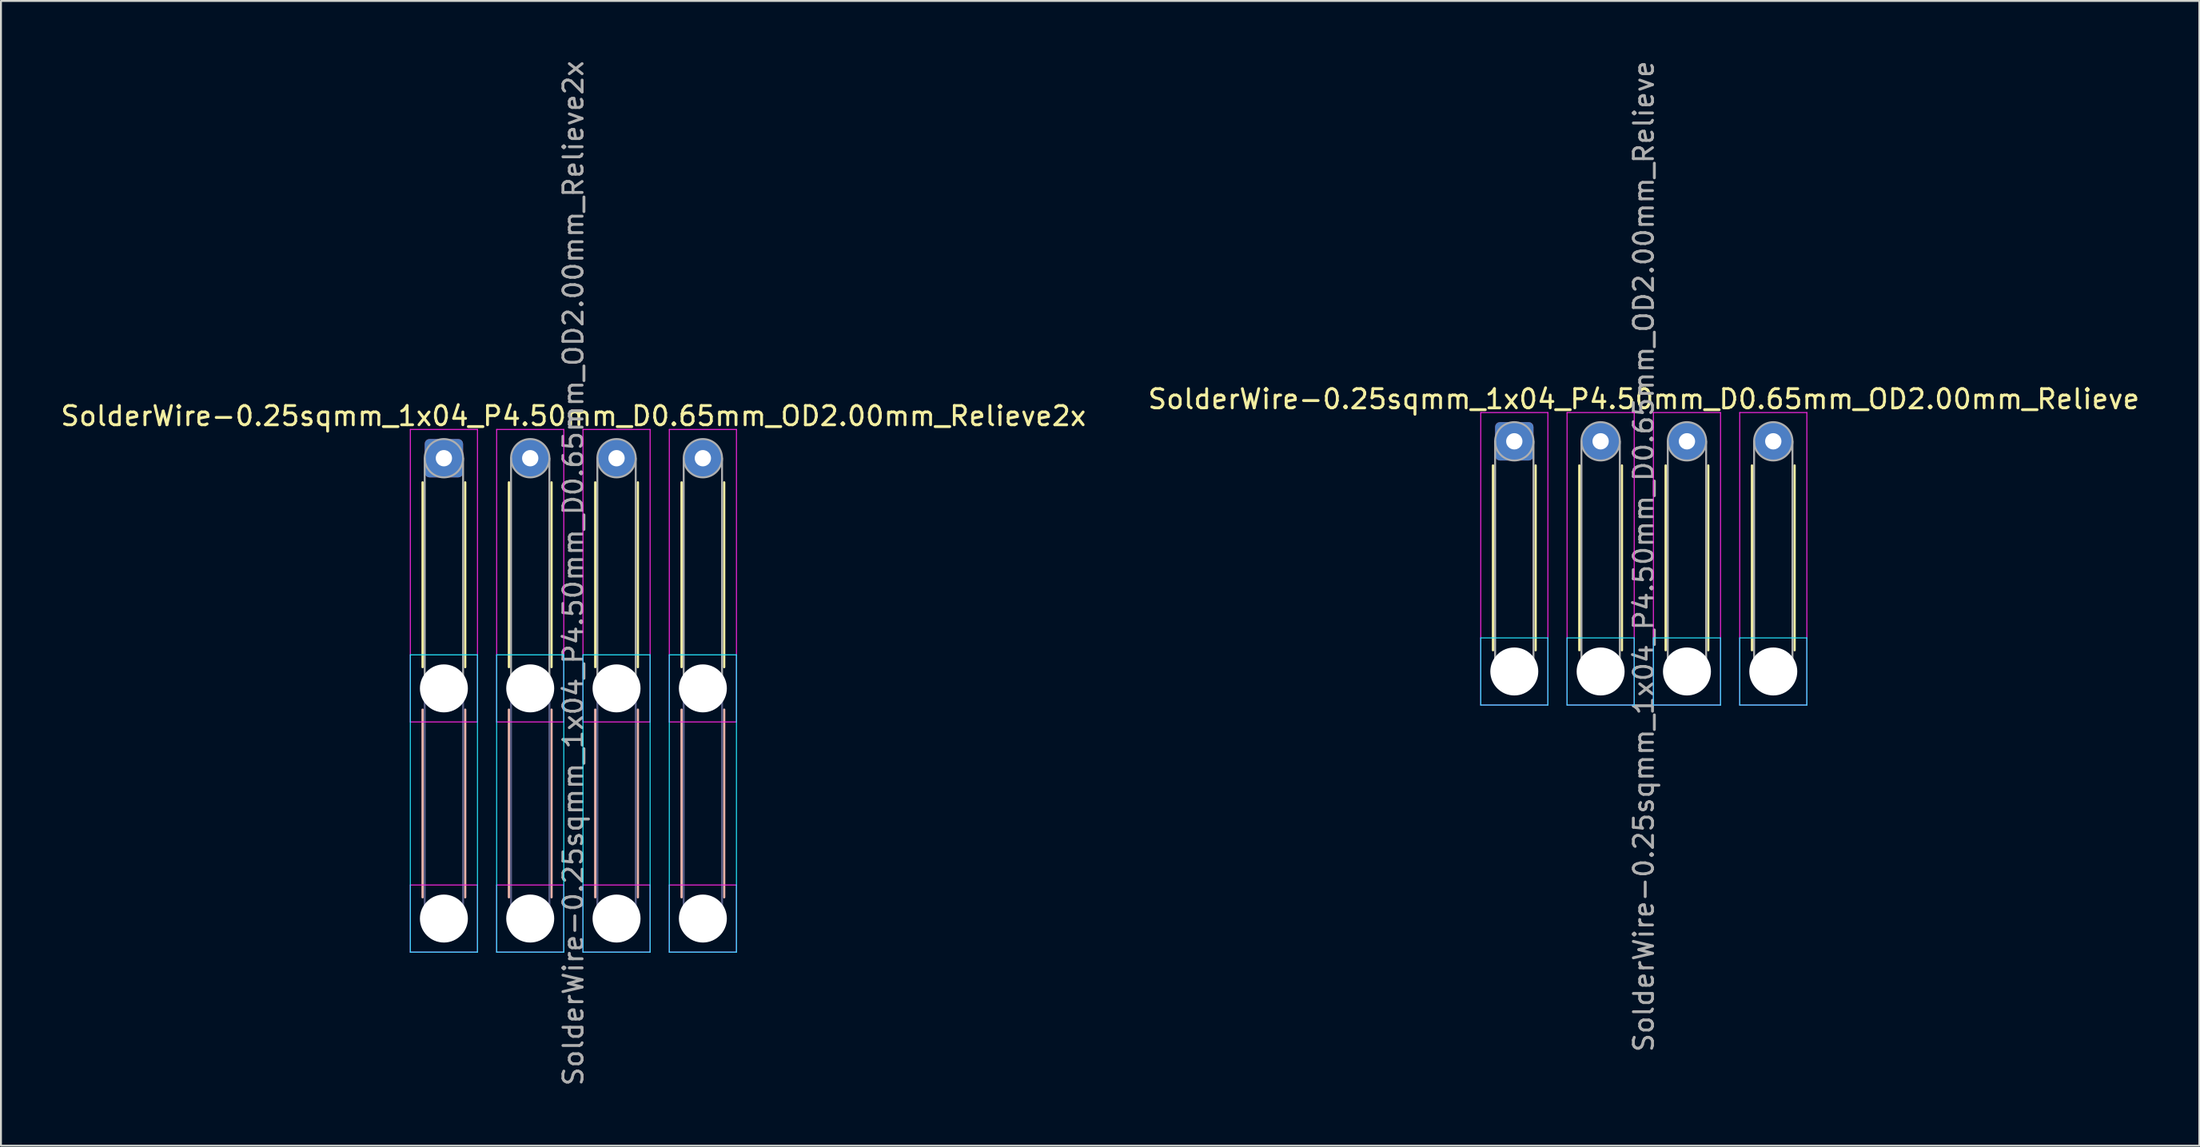
<source format=kicad_pcb>
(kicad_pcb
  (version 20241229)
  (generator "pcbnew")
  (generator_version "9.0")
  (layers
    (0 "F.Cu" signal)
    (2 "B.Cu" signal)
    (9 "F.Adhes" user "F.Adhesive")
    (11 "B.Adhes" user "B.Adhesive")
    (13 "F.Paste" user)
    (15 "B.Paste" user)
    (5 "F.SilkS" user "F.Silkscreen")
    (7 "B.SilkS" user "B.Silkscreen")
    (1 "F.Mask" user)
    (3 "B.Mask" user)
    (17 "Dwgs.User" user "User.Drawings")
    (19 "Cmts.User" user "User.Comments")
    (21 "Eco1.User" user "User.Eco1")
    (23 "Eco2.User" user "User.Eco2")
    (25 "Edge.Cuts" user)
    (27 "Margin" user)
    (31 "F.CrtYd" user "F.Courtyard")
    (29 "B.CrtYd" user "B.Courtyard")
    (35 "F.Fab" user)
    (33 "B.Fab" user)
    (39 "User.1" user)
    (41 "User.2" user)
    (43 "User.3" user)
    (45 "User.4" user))
  (footprint "SolderWire-0.25sqmm_1x04_P4.50mm_D0.65mm_OD2.00mm_Relieve"
    (layer "F.Cu")
    (at 75.887 19.958)
    (property "Reference" "SolderWire-0.25sqmm_1x04_P4.50mm_D0.65mm_OD2.00mm_Relieve" (at 6.75 -2.2 0) (layer "F.SilkS") (effects (font (size 1 1) (thickness 0.15))))
    (attr exclude_from_pos_files exclude_from_bom)
    (fp_line (start -1.11 1.26) (end -1.11 10.89) (stroke (width 0.12) (type solid)) (layer "F.SilkS"))
    (fp_line (start 1.11 1.26) (end 1.11 10.89) (stroke (width 0.12) (type solid)) (layer "F.SilkS"))
    (fp_line (start 3.39 1.26) (end 3.39 10.89) (stroke (width 0.12) (type solid)) (layer "F.SilkS"))
    (fp_line (start 5.61 1.26) (end 5.61 10.89) (stroke (width 0.12) (type solid)) (layer "F.SilkS"))
    (fp_line (start 7.89 1.26) (end 7.89 10.89) (stroke (width 0.12) (type solid)) (layer "F.SilkS"))
    (fp_line (start 10.11 1.26) (end 10.11 10.89) (stroke (width 0.12) (type solid)) (layer "F.SilkS"))
    (fp_line (start 12.39 1.26) (end 12.39 10.89) (stroke (width 0.12) (type solid)) (layer "F.SilkS"))
    (fp_line (start 14.61 1.26) (end 14.61 10.89) (stroke (width 0.12) (type solid)) (layer "F.SilkS"))
    (fp_line (start -1.75 10.25) (end -1.75 13.75) (stroke (width 0.05) (type solid)) (layer "B.CrtYd"))
    (fp_line (start -1.75 13.75) (end 1.75 13.75) (stroke (width 0.05) (type solid)) (layer "B.CrtYd"))
    (fp_line (start 1.75 10.25) (end -1.75 10.25) (stroke (width 0.05) (type solid)) (layer "B.CrtYd"))
    (fp_line (start 1.75 13.75) (end 1.75 10.25) (stroke (width 0.05) (type solid)) (layer "B.CrtYd"))
    (fp_line (start 2.75 10.25) (end 2.75 13.75) (stroke (width 0.05) (type solid)) (layer "B.CrtYd"))
    (fp_line (start 2.75 13.75) (end 6.25 13.75) (stroke (width 0.05) (type solid)) (layer "B.CrtYd"))
    (fp_line (start 6.25 10.25) (end 2.75 10.25) (stroke (width 0.05) (type solid)) (layer "B.CrtYd"))
    (fp_line (start 6.25 13.75) (end 6.25 10.25) (stroke (width 0.05) (type solid)) (layer "B.CrtYd"))
    (fp_line (start 7.25 10.25) (end 7.25 13.75) (stroke (width 0.05) (type solid)) (layer "B.CrtYd"))
    (fp_line (start 7.25 13.75) (end 10.75 13.75) (stroke (width 0.05) (type solid)) (layer "B.CrtYd"))
    (fp_line (start 10.75 10.25) (end 7.25 10.25) (stroke (width 0.05) (type solid)) (layer "B.CrtYd"))
    (fp_line (start 10.75 13.75) (end 10.75 10.25) (stroke (width 0.05) (type solid)) (layer "B.CrtYd"))
    (fp_line (start 11.75 10.25) (end 11.75 13.75) (stroke (width 0.05) (type solid)) (layer "B.CrtYd"))
    (fp_line (start 11.75 13.75) (end 15.25 13.75) (stroke (width 0.05) (type solid)) (layer "B.CrtYd"))
    (fp_line (start 15.25 10.25) (end 11.75 10.25) (stroke (width 0.05) (type solid)) (layer "B.CrtYd"))
    (fp_line (start 15.25 13.75) (end 15.25 10.25) (stroke (width 0.05) (type solid)) (layer "B.CrtYd"))
    (fp_line (start -1.75 -1.5) (end -1.75 13.75) (stroke (width 0.05) (type solid)) (layer "F.CrtYd"))
    (fp_line (start -1.75 13.75) (end 1.75 13.75) (stroke (width 0.05) (type solid)) (layer "F.CrtYd"))
    (fp_line (start 1.75 -1.5) (end -1.75 -1.5) (stroke (width 0.05) (type solid)) (layer "F.CrtYd"))
    (fp_line (start 1.75 13.75) (end 1.75 -1.5) (stroke (width 0.05) (type solid)) (layer "F.CrtYd"))
    (fp_line (start 2.75 -1.5) (end 2.75 13.75) (stroke (width 0.05) (type solid)) (layer "F.CrtYd"))
    (fp_line (start 2.75 13.75) (end 6.25 13.75) (stroke (width 0.05) (type solid)) (layer "F.CrtYd"))
    (fp_line (start 6.25 -1.5) (end 2.75 -1.5) (stroke (width 0.05) (type solid)) (layer "F.CrtYd"))
    (fp_line (start 6.25 13.75) (end 6.25 -1.5) (stroke (width 0.05) (type solid)) (layer "F.CrtYd"))
    (fp_line (start 7.25 -1.5) (end 7.25 13.75) (stroke (width 0.05) (type solid)) (layer "F.CrtYd"))
    (fp_line (start 7.25 13.75) (end 10.75 13.75) (stroke (width 0.05) (type solid)) (layer "F.CrtYd"))
    (fp_line (start 10.75 -1.5) (end 7.25 -1.5) (stroke (width 0.05) (type solid)) (layer "F.CrtYd"))
    (fp_line (start 10.75 13.75) (end 10.75 -1.5) (stroke (width 0.05) (type solid)) (layer "F.CrtYd"))
    (fp_line (start 11.75 -1.5) (end 11.75 13.75) (stroke (width 0.05) (type solid)) (layer "F.CrtYd"))
    (fp_line (start 11.75 13.75) (end 15.25 13.75) (stroke (width 0.05) (type solid)) (layer "F.CrtYd"))
    (fp_line (start 15.25 -1.5) (end 11.75 -1.5) (stroke (width 0.05) (type solid)) (layer "F.CrtYd"))
    (fp_line (start 15.25 13.75) (end 15.25 -1.5) (stroke (width 0.05) (type solid)) (layer "F.CrtYd"))
    (fp_line (start -1 0) (end -1 12) (stroke (width 0.1) (type solid)) (layer "F.Fab"))
    (fp_line (start 1 0) (end 1 12) (stroke (width 0.1) (type solid)) (layer "F.Fab"))
    (fp_line (start 3.5 0) (end 3.5 12) (stroke (width 0.1) (type solid)) (layer "F.Fab"))
    (fp_line (start 5.5 0) (end 5.5 12) (stroke (width 0.1) (type solid)) (layer "F.Fab"))
    (fp_line (start 8 0) (end 8 12) (stroke (width 0.1) (type solid)) (layer "F.Fab"))
    (fp_line (start 10 0) (end 10 12) (stroke (width 0.1) (type solid)) (layer "F.Fab"))
    (fp_line (start 12.5 0) (end 12.5 12) (stroke (width 0.1) (type solid)) (layer "F.Fab"))
    (fp_line (start 14.5 0) (end 14.5 12) (stroke (width 0.1) (type solid)) (layer "F.Fab"))
    (fp_circle (center 0 0) (end 1 0) (stroke (width 0.1) (type solid)) (fill no) (layer "F.Fab"))
    (fp_circle (center 0 12) (end 1 12) (stroke (width 0.1) (type solid)) (fill no) (layer "F.Fab"))
    (fp_circle (center 4.5 0) (end 5.5 0) (stroke (width 0.1) (type solid)) (fill no) (layer "F.Fab"))
    (fp_circle (center 4.5 12) (end 5.5 12) (stroke (width 0.1) (type solid)) (fill no) (layer "F.Fab"))
    (fp_circle (center 9 0) (end 10 0) (stroke (width 0.1) (type solid)) (fill no) (layer "F.Fab"))
    (fp_circle (center 9 12) (end 10 12) (stroke (width 0.1) (type solid)) (fill no) (layer "F.Fab"))
    (fp_circle (center 13.5 0) (end 14.5 0) (stroke (width 0.1) (type solid)) (fill no) (layer "F.Fab"))
    (fp_circle (center 13.5 12) (end 14.5 12) (stroke (width 0.1) (type solid)) (fill no) (layer "F.Fab"))
    (fp_text user "${REFERENCE}" (at 6.75 6 90) (layer "F.Fab") (effects (font (size 1 1) (thickness 0.15))))
    (pad "" np_thru_hole circle (at 0 12) (size 2.5 2.5) (drill 2.5) (layers "*.Cu" "*.Mask"))
    (pad "" np_thru_hole circle (at 4.5 12) (size 2.5 2.5) (drill 2.5) (layers "*.Cu" "*.Mask"))
    (pad "" np_thru_hole circle (at 9 12) (size 2.5 2.5) (drill 2.5) (layers "*.Cu" "*.Mask"))
    (pad "" np_thru_hole circle (at 13.5 12) (size 2.5 2.5) (drill 2.5) (layers "*.Cu" "*.Mask"))
    (pad "1" thru_hole roundrect (at 0 0) (size 2 2) (drill 0.85) (layers "*.Cu" "*.Mask") (roundrect_rratio 0.125))
    (pad "2" thru_hole circle (at 4.5 0) (size 2 2) (drill 0.85) (layers "*.Cu" "*.Mask"))
    (pad "3" thru_hole circle (at 9 0) (size 2 2) (drill 0.85) (layers "*.Cu" "*.Mask"))
    (pad "4" thru_hole circle (at 13.5 0) (size 2 2) (drill 0.85) (layers "*.Cu" "*.Mask")))
  (footprint "SolderWire-0.25sqmm_1x04_P4.50mm_D0.65mm_OD2.00mm_Relieve2x"
    (layer "F.Cu")
    (at 20.089 20.839)
    (property "Reference" "SolderWire-0.25sqmm_1x04_P4.50mm_D0.65mm_OD2.00mm_Relieve2x" (at 6.75 -2.2 0) (layer "F.SilkS") (effects (font (size 1 1) (thickness 0.15))))
    (attr exclude_from_pos_files exclude_from_bom)
    (fp_line (start -1.11 1.26) (end -1.11 10.89) (stroke (width 0.12) (type solid)) (layer "F.SilkS"))
    (fp_line (start 1.11 1.26) (end 1.11 10.89) (stroke (width 0.12) (type solid)) (layer "F.SilkS"))
    (fp_line (start 3.39 1.26) (end 3.39 10.89) (stroke (width 0.12) (type solid)) (layer "F.SilkS"))
    (fp_line (start 5.61 1.26) (end 5.61 10.89) (stroke (width 0.12) (type solid)) (layer "F.SilkS"))
    (fp_line (start 7.89 1.26) (end 7.89 10.89) (stroke (width 0.12) (type solid)) (layer "F.SilkS"))
    (fp_line (start 10.11 1.26) (end 10.11 10.89) (stroke (width 0.12) (type solid)) (layer "F.SilkS"))
    (fp_line (start 12.39 1.26) (end 12.39 10.89) (stroke (width 0.12) (type solid)) (layer "F.SilkS"))
    (fp_line (start 14.61 1.26) (end 14.61 10.89) (stroke (width 0.12) (type solid)) (layer "F.SilkS"))
    (fp_line (start -1.11 13.11) (end -1.11 22.89) (stroke (width 0.12) (type solid)) (layer "B.SilkS"))
    (fp_line (start 1.11 13.11) (end 1.11 22.89) (stroke (width 0.12) (type solid)) (layer "B.SilkS"))
    (fp_line (start 3.39 13.11) (end 3.39 22.89) (stroke (width 0.12) (type solid)) (layer "B.SilkS"))
    (fp_line (start 5.61 13.11) (end 5.61 22.89) (stroke (width 0.12) (type solid)) (layer "B.SilkS"))
    (fp_line (start 7.89 13.11) (end 7.89 22.89) (stroke (width 0.12) (type solid)) (layer "B.SilkS"))
    (fp_line (start 10.11 13.11) (end 10.11 22.89) (stroke (width 0.12) (type solid)) (layer "B.SilkS"))
    (fp_line (start 12.39 13.11) (end 12.39 22.89) (stroke (width 0.12) (type solid)) (layer "B.SilkS"))
    (fp_line (start 14.61 13.11) (end 14.61 22.89) (stroke (width 0.12) (type solid)) (layer "B.SilkS"))
    (fp_line (start -1.75 10.25) (end -1.75 25.75) (stroke (width 0.05) (type solid)) (layer "B.CrtYd"))
    (fp_line (start -1.75 25.75) (end 1.75 25.75) (stroke (width 0.05) (type solid)) (layer "B.CrtYd"))
    (fp_line (start 1.75 10.25) (end -1.75 10.25) (stroke (width 0.05) (type solid)) (layer "B.CrtYd"))
    (fp_line (start 1.75 25.75) (end 1.75 10.25) (stroke (width 0.05) (type solid)) (layer "B.CrtYd"))
    (fp_line (start 2.75 10.25) (end 2.75 25.75) (stroke (width 0.05) (type solid)) (layer "B.CrtYd"))
    (fp_line (start 2.75 25.75) (end 6.25 25.75) (stroke (width 0.05) (type solid)) (layer "B.CrtYd"))
    (fp_line (start 6.25 10.25) (end 2.75 10.25) (stroke (width 0.05) (type solid)) (layer "B.CrtYd"))
    (fp_line (start 6.25 25.75) (end 6.25 10.25) (stroke (width 0.05) (type solid)) (layer "B.CrtYd"))
    (fp_line (start 7.25 10.25) (end 7.25 25.75) (stroke (width 0.05) (type solid)) (layer "B.CrtYd"))
    (fp_line (start 7.25 25.75) (end 10.75 25.75) (stroke (width 0.05) (type solid)) (layer "B.CrtYd"))
    (fp_line (start 10.75 10.25) (end 7.25 10.25) (stroke (width 0.05) (type solid)) (layer "B.CrtYd"))
    (fp_line (start 10.75 25.75) (end 10.75 10.25) (stroke (width 0.05) (type solid)) (layer "B.CrtYd"))
    (fp_line (start 11.75 10.25) (end 11.75 25.75) (stroke (width 0.05) (type solid)) (layer "B.CrtYd"))
    (fp_line (start 11.75 25.75) (end 15.25 25.75) (stroke (width 0.05) (type solid)) (layer "B.CrtYd"))
    (fp_line (start 15.25 10.25) (end 11.75 10.25) (stroke (width 0.05) (type solid)) (layer "B.CrtYd"))
    (fp_line (start 15.25 25.75) (end 15.25 10.25) (stroke (width 0.05) (type solid)) (layer "B.CrtYd"))
    (fp_line (start -1.75 -1.5) (end -1.75 13.75) (stroke (width 0.05) (type solid)) (layer "F.CrtYd"))
    (fp_line (start -1.75 13.75) (end 1.75 13.75) (stroke (width 0.05) (type solid)) (layer "F.CrtYd"))
    (fp_line (start -1.75 22.25) (end -1.75 25.75) (stroke (width 0.05) (type solid)) (layer "F.CrtYd"))
    (fp_line (start -1.75 25.75) (end 1.75 25.75) (stroke (width 0.05) (type solid)) (layer "F.CrtYd"))
    (fp_line (start 1.75 -1.5) (end -1.75 -1.5) (stroke (width 0.05) (type solid)) (layer "F.CrtYd"))
    (fp_line (start 1.75 13.75) (end 1.75 -1.5) (stroke (width 0.05) (type solid)) (layer "F.CrtYd"))
    (fp_line (start 1.75 22.25) (end -1.75 22.25) (stroke (width 0.05) (type solid)) (layer "F.CrtYd"))
    (fp_line (start 1.75 25.75) (end 1.75 22.25) (stroke (width 0.05) (type solid)) (layer "F.CrtYd"))
    (fp_line (start 2.75 -1.5) (end 2.75 13.75) (stroke (width 0.05) (type solid)) (layer "F.CrtYd"))
    (fp_line (start 2.75 13.75) (end 6.25 13.75) (stroke (width 0.05) (type solid)) (layer "F.CrtYd"))
    (fp_line (start 2.75 22.25) (end 2.75 25.75) (stroke (width 0.05) (type solid)) (layer "F.CrtYd"))
    (fp_line (start 2.75 25.75) (end 6.25 25.75) (stroke (width 0.05) (type solid)) (layer "F.CrtYd"))
    (fp_line (start 6.25 -1.5) (end 2.75 -1.5) (stroke (width 0.05) (type solid)) (layer "F.CrtYd"))
    (fp_line (start 6.25 13.75) (end 6.25 -1.5) (stroke (width 0.05) (type solid)) (layer "F.CrtYd"))
    (fp_line (start 6.25 22.25) (end 2.75 22.25) (stroke (width 0.05) (type solid)) (layer "F.CrtYd"))
    (fp_line (start 6.25 25.75) (end 6.25 22.25) (stroke (width 0.05) (type solid)) (layer "F.CrtYd"))
    (fp_line (start 7.25 -1.5) (end 7.25 13.75) (stroke (width 0.05) (type solid)) (layer "F.CrtYd"))
    (fp_line (start 7.25 13.75) (end 10.75 13.75) (stroke (width 0.05) (type solid)) (layer "F.CrtYd"))
    (fp_line (start 7.25 22.25) (end 7.25 25.75) (stroke (width 0.05) (type solid)) (layer "F.CrtYd"))
    (fp_line (start 7.25 25.75) (end 10.75 25.75) (stroke (width 0.05) (type solid)) (layer "F.CrtYd"))
    (fp_line (start 10.75 -1.5) (end 7.25 -1.5) (stroke (width 0.05) (type solid)) (layer "F.CrtYd"))
    (fp_line (start 10.75 13.75) (end 10.75 -1.5) (stroke (width 0.05) (type solid)) (layer "F.CrtYd"))
    (fp_line (start 10.75 22.25) (end 7.25 22.25) (stroke (width 0.05) (type solid)) (layer "F.CrtYd"))
    (fp_line (start 10.75 25.75) (end 10.75 22.25) (stroke (width 0.05) (type solid)) (layer "F.CrtYd"))
    (fp_line (start 11.75 -1.5) (end 11.75 13.75) (stroke (width 0.05) (type solid)) (layer "F.CrtYd"))
    (fp_line (start 11.75 13.75) (end 15.25 13.75) (stroke (width 0.05) (type solid)) (layer "F.CrtYd"))
    (fp_line (start 11.75 22.25) (end 11.75 25.75) (stroke (width 0.05) (type solid)) (layer "F.CrtYd"))
    (fp_line (start 11.75 25.75) (end 15.25 25.75) (stroke (width 0.05) (type solid)) (layer "F.CrtYd"))
    (fp_line (start 15.25 -1.5) (end 11.75 -1.5) (stroke (width 0.05) (type solid)) (layer "F.CrtYd"))
    (fp_line (start 15.25 13.75) (end 15.25 -1.5) (stroke (width 0.05) (type solid)) (layer "F.CrtYd"))
    (fp_line (start 15.25 22.25) (end 11.75 22.25) (stroke (width 0.05) (type solid)) (layer "F.CrtYd"))
    (fp_line (start 15.25 25.75) (end 15.25 22.25) (stroke (width 0.05) (type solid)) (layer "F.CrtYd"))
    (fp_line (start -1 12) (end -1 24) (stroke (width 0.1) (type solid)) (layer "B.Fab"))
    (fp_line (start 1 12) (end 1 24) (stroke (width 0.1) (type solid)) (layer "B.Fab"))
    (fp_line (start 3.5 12) (end 3.5 24) (stroke (width 0.1) (type solid)) (layer "B.Fab"))
    (fp_line (start 5.5 12) (end 5.5 24) (stroke (width 0.1) (type solid)) (layer "B.Fab"))
    (fp_line (start 8 12) (end 8 24) (stroke (width 0.1) (type solid)) (layer "B.Fab"))
    (fp_line (start 10 12) (end 10 24) (stroke (width 0.1) (type solid)) (layer "B.Fab"))
    (fp_line (start 12.5 12) (end 12.5 24) (stroke (width 0.1) (type solid)) (layer "B.Fab"))
    (fp_line (start 14.5 12) (end 14.5 24) (stroke (width 0.1) (type solid)) (layer "B.Fab"))
    (fp_circle (center 0 12) (end 1 12) (stroke (width 0.1) (type solid)) (fill no) (layer "B.Fab"))
    (fp_circle (center 0 24) (end 1 24) (stroke (width 0.1) (type solid)) (fill no) (layer "B.Fab"))
    (fp_circle (center 4.5 12) (end 5.5 12) (stroke (width 0.1) (type solid)) (fill no) (layer "B.Fab"))
    (fp_circle (center 4.5 24) (end 5.5 24) (stroke (width 0.1) (type solid)) (fill no) (layer "B.Fab"))
    (fp_circle (center 9 12) (end 10 12) (stroke (width 0.1) (type solid)) (fill no) (layer "B.Fab"))
    (fp_circle (center 9 24) (end 10 24) (stroke (width 0.1) (type solid)) (fill no) (layer "B.Fab"))
    (fp_circle (center 13.5 12) (end 14.5 12) (stroke (width 0.1) (type solid)) (fill no) (layer "B.Fab"))
    (fp_circle (center 13.5 24) (end 14.5 24) (stroke (width 0.1) (type solid)) (fill no) (layer "B.Fab"))
    (fp_line (start -1 0) (end -1 12) (stroke (width 0.1) (type solid)) (layer "F.Fab"))
    (fp_line (start 1 0) (end 1 12) (stroke (width 0.1) (type solid)) (layer "F.Fab"))
    (fp_line (start 3.5 0) (end 3.5 12) (stroke (width 0.1) (type solid)) (layer "F.Fab"))
    (fp_line (start 5.5 0) (end 5.5 12) (stroke (width 0.1) (type solid)) (layer "F.Fab"))
    (fp_line (start 8 0) (end 8 12) (stroke (width 0.1) (type solid)) (layer "F.Fab"))
    (fp_line (start 10 0) (end 10 12) (stroke (width 0.1) (type solid)) (layer "F.Fab"))
    (fp_line (start 12.5 0) (end 12.5 12) (stroke (width 0.1) (type solid)) (layer "F.Fab"))
    (fp_line (start 14.5 0) (end 14.5 12) (stroke (width 0.1) (type solid)) (layer "F.Fab"))
    (fp_circle (center 0 0) (end 1 0) (stroke (width 0.1) (type solid)) (fill no) (layer "F.Fab"))
    (fp_circle (center 0 12) (end 1 12) (stroke (width 0.1) (type solid)) (fill no) (layer "F.Fab"))
    (fp_circle (center 0 24) (end 1 24) (stroke (width 0.1) (type solid)) (fill no) (layer "F.Fab"))
    (fp_circle (center 4.5 0) (end 5.5 0) (stroke (width 0.1) (type solid)) (fill no) (layer "F.Fab"))
    (fp_circle (center 4.5 12) (end 5.5 12) (stroke (width 0.1) (type solid)) (fill no) (layer "F.Fab"))
    (fp_circle (center 4.5 24) (end 5.5 24) (stroke (width 0.1) (type solid)) (fill no) (layer "F.Fab"))
    (fp_circle (center 9 0) (end 10 0) (stroke (width 0.1) (type solid)) (fill no) (layer "F.Fab"))
    (fp_circle (center 9 12) (end 10 12) (stroke (width 0.1) (type solid)) (fill no) (layer "F.Fab"))
    (fp_circle (center 9 24) (end 10 24) (stroke (width 0.1) (type solid)) (fill no) (layer "F.Fab"))
    (fp_circle (center 13.5 0) (end 14.5 0) (stroke (width 0.1) (type solid)) (fill no) (layer "F.Fab"))
    (fp_circle (center 13.5 12) (end 14.5 12) (stroke (width 0.1) (type solid)) (fill no) (layer "F.Fab"))
    (fp_circle (center 13.5 24) (end 14.5 24) (stroke (width 0.1) (type solid)) (fill no) (layer "F.Fab"))
    (fp_text user "${REFERENCE}" (at 6.75 6 90) (layer "F.Fab") (effects (font (size 1 1) (thickness 0.15))))
    (pad "" np_thru_hole circle (at 0 12) (size 2.5 2.5) (drill 2.5) (layers "*.Cu" "*.Mask"))
    (pad "" np_thru_hole circle (at 0 24) (size 2.5 2.5) (drill 2.5) (layers "*.Cu" "*.Mask"))
    (pad "" np_thru_hole circle (at 4.5 12) (size 2.5 2.5) (drill 2.5) (layers "*.Cu" "*.Mask"))
    (pad "" np_thru_hole circle (at 4.5 24) (size 2.5 2.5) (drill 2.5) (layers "*.Cu" "*.Mask"))
    (pad "" np_thru_hole circle (at 9 12) (size 2.5 2.5) (drill 2.5) (layers "*.Cu" "*.Mask"))
    (pad "" np_thru_hole circle (at 9 24) (size 2.5 2.5) (drill 2.5) (layers "*.Cu" "*.Mask"))
    (pad "" np_thru_hole circle (at 13.5 12) (size 2.5 2.5) (drill 2.5) (layers "*.Cu" "*.Mask"))
    (pad "" np_thru_hole circle (at 13.5 24) (size 2.5 2.5) (drill 2.5) (layers "*.Cu" "*.Mask"))
    (pad "1" thru_hole roundrect (at 0 0) (size 2 2) (drill 0.85) (layers "*.Cu" "*.Mask") (roundrect_rratio 0.125))
    (pad "2" thru_hole circle (at 4.5 0) (size 2 2) (drill 0.85) (layers "*.Cu" "*.Mask"))
    (pad "3" thru_hole circle (at 9 0) (size 2 2) (drill 0.85) (layers "*.Cu" "*.Mask"))
    (pad "4" thru_hole circle (at 13.5 0) (size 2 2) (drill 0.85) (layers "*.Cu" "*.Mask")))
  (gr_rect
    (start -3 -3)
    (end 111.595 56.679)
    (stroke (width 0.1) (type default))
    (fill no)
    (layer "Edge.Cuts")))
</source>
